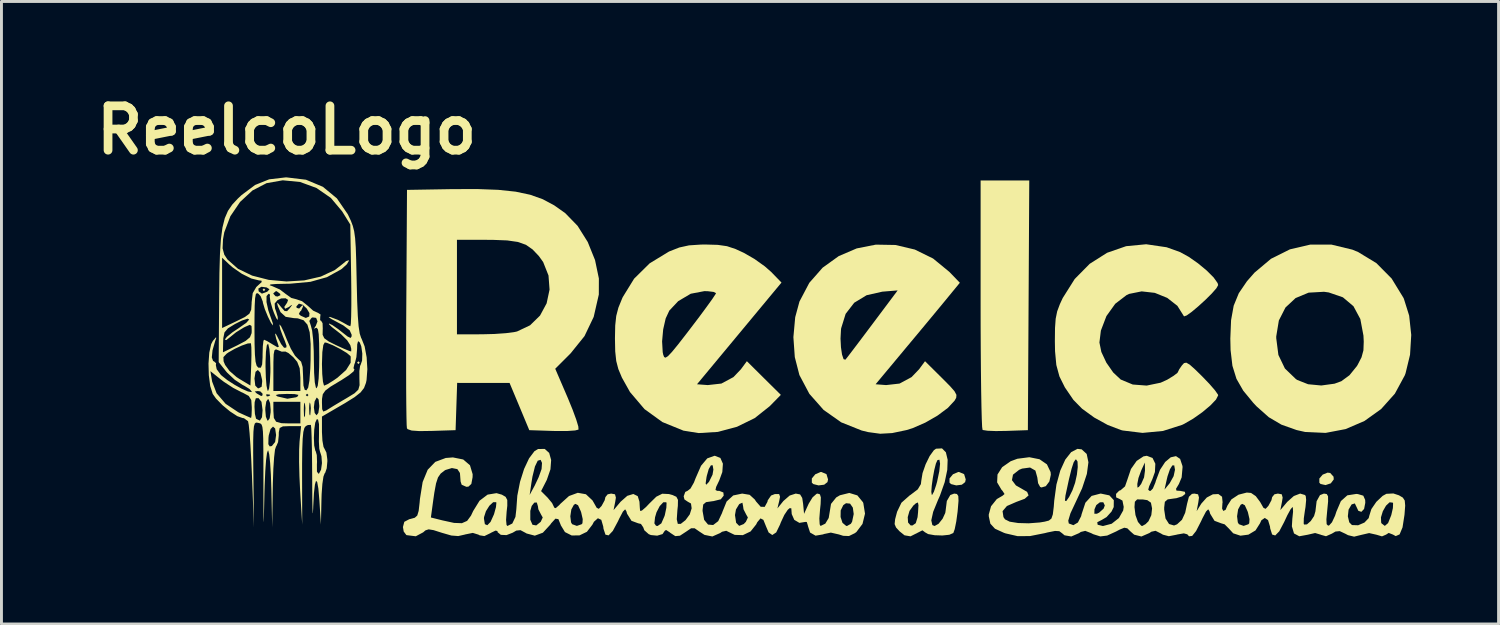
<source format=kicad_pcb>
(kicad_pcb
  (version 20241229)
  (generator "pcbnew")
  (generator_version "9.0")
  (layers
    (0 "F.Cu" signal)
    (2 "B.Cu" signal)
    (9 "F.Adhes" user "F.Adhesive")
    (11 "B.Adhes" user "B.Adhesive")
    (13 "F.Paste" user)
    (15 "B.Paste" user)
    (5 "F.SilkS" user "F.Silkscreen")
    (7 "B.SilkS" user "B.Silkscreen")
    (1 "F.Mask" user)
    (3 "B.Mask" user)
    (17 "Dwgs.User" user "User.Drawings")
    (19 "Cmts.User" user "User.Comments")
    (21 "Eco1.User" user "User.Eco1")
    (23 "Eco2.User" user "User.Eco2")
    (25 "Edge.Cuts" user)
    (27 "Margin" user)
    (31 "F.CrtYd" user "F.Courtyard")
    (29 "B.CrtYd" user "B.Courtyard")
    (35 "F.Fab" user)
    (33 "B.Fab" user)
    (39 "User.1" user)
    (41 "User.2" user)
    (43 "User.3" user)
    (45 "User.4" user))
  (footprint "ReelcoLogo"
    (layer "F.Cu")
    (at 24.878 8.987)
    (property "Reference" "ReelcoLogo" (at -18.085 -7.569 0) (layer "F.SilkS") (effects (font (size 1.524 1.524) (thickness 0.3))))
    (attr board_only exclude_from_pos_files exclude_from_bom)
    (fp_poly (pts (xy -18.818 -2.086) (xy -18.865 -2.039) (xy -18.911 -2.086) (xy -18.865 -2.132)) (stroke (width 0) (type solid)) (fill yes) (layer "F.SilkS"))
    (fp_poly (pts (xy -15.574 0.417) (xy -15.62 0.464) (xy -15.666 0.417) (xy -15.62 0.371)) (stroke (width 0) (type solid)) (fill yes) (layer "F.SilkS"))
    (fp_poly (pts (xy 17.752 4.205) (xy 17.867 4.332) (xy 17.874 4.426) (xy 17.773 4.561) (xy 17.592 4.621) (xy 17.423 4.585) (xy 17.379 4.539) (xy 17.379 4.396) (xy 17.494 4.262) (xy 17.661 4.194)) (stroke (width 0) (type solid)) (fill yes) (layer "F.SilkS"))
    (fp_poly (pts (xy 0.453 4.245) (xy 0.508 4.426) (xy 0.488 4.519) (xy 0.375 4.608) (xy 0.182 4.632) (xy 0.004 4.587) (xy -0.049 4.538) (xy -0.049 4.393) (xy 0.07 4.25) (xy 0.249 4.173) (xy 0.28 4.172)) (stroke (width 0) (type solid)) (fill yes) (layer "F.SilkS"))
    (fp_poly (pts (xy 5.18 4.245) (xy 5.236 4.426) (xy 5.216 4.519) (xy 5.103 4.608) (xy 4.91 4.632) (xy 4.732 4.587) (xy 4.679 4.538) (xy 4.679 4.393) (xy 4.797 4.25) (xy 4.977 4.173) (xy 5.007 4.172)) (stroke (width 0) (type solid)) (fill yes) (layer "F.SilkS"))
    (fp_poly (pts (xy 7.394 -1.553) (xy 7.37 2.735) (xy 6.624 2.761) (xy 6.268 2.766) (xy 5.986 2.755) (xy 5.828 2.731) (xy 5.813 2.723) (xy 5.799 2.619) (xy 5.787 2.349) (xy 5.776 1.931) (xy 5.766 1.384) (xy 5.758 0.726) (xy 5.752 -0.023) (xy 5.748 -0.846) (xy 5.747 -1.591) (xy 5.747 -5.84) (xy 7.418 -5.84)) (stroke (width 0) (type solid)) (fill yes) (layer "F.SilkS"))
    (fp_poly (pts (xy 17.795 -3.637) (xy 18.513 -3.464) (xy 18.709 -3.383) (xy 19.337 -3.002) (xy 19.861 -2.473) (xy 20.266 -1.812) (xy 20.282 -1.778) (xy 20.464 -1.198) (xy 20.535 -0.535) (xy 20.494 0.145) (xy 20.341 0.778) (xy 20.314 0.852) (xy 19.973 1.482) (xy 19.501 2.01) (xy 18.928 2.42) (xy 18.282 2.698) (xy 17.594 2.829) (xy 16.891 2.797) (xy 16.601 2.732) (xy 16.077 2.546) (xy 15.642 2.29) (xy 15.225 1.919) (xy 15.113 1.8) (xy 14.766 1.379) (xy 14.533 0.972) (xy 14.394 0.524) (xy 14.331 -0.016) (xy 14.322 -0.417) (xy 14.323 -0.424) (xy 15.899 -0.424) (xy 15.973 0.152) (xy 16.197 0.618) (xy 16.572 0.979) (xy 16.62 1.011) (xy 16.993 1.158) (xy 17.446 1.201) (xy 17.901 1.139) (xy 18.135 1.054) (xy 18.415 0.848) (xy 18.668 0.536) (xy 18.693 0.495) (xy 18.828 0.233) (xy 18.893 -0.006) (xy 18.904 -0.305) (xy 18.894 -0.512) (xy 18.787 -1.081) (xy 18.551 -1.521) (xy 18.188 -1.827) (xy 17.703 -1.994) (xy 17.54 -2.017) (xy 17.01 -1.987) (xy 16.563 -1.801) (xy 16.216 -1.477) (xy 15.989 -1.032) (xy 15.899 -0.484) (xy 15.899 -0.424) (xy 14.323 -0.424) (xy 14.348 -1.041) (xy 14.438 -1.54) (xy 14.613 -1.967) (xy 14.892 -2.377) (xy 15.151 -2.673) (xy 15.719 -3.15) (xy 16.368 -3.474) (xy 17.071 -3.638)) (stroke (width 0) (type solid)) (fill yes) (layer "F.SilkS"))
    (fp_poly (pts (xy 2.824 -3.624) (xy 3.488 -3.467) (xy 4.115 -3.159) (xy 4.673 -2.701) (xy 5.034 -2.327) (xy 4.516 -1.696) (xy 4.264 -1.391) (xy 3.931 -0.989) (xy 3.556 -0.538) (xy 3.176 -0.083) (xy 3.069 0.046) (xy 2.141 1.159) (xy 2.502 1.187) (xy 2.964 1.135) (xy 3.376 0.913) (xy 3.632 0.646) (xy 3.838 0.367) (xy 4.415 0.939) (xy 4.69 1.216) (xy 4.851 1.399) (xy 4.917 1.523) (xy 4.909 1.623) (xy 4.854 1.721) (xy 4.622 1.971) (xy 4.267 2.235) (xy 3.844 2.478) (xy 3.41 2.667) (xy 3.202 2.732) (xy 2.71 2.835) (xy 2.3 2.858) (xy 1.886 2.802) (xy 1.662 2.747) (xy 0.961 2.467) (xy 0.355 2.04) (xy -0.134 1.487) (xy -0.476 0.842) (xy -0.634 0.227) (xy -0.679 -0.411) (xy 0.936 -0.411) (xy 0.951 -0.112) (xy 0.988 0.139) (xy 1.041 0.297) (xy 1.103 0.316) (xy 1.105 0.313) (xy 1.184 0.214) (xy 1.352 -0.006) (xy 1.589 -0.319) (xy 1.874 -0.698) (xy 2.038 -0.916) (xy 2.898 -2.064) (xy 2.372 -2.021) (xy 1.832 -1.899) (xy 1.407 -1.641) (xy 1.112 -1.259) (xy 0.958 -0.764) (xy 0.952 -0.712) (xy 0.936 -0.411) (xy -0.679 -0.411) (xy -0.682 -0.46) (xy -0.62 -1.144) (xy -0.474 -1.682) (xy -0.136 -2.324) (xy 0.322 -2.845) (xy 0.873 -3.241) (xy 1.491 -3.506) (xy 2.15 -3.636)) (stroke (width 0) (type solid)) (fill yes) (layer "F.SilkS"))
    (fp_poly (pts (xy -10.818 -5.518) (xy -10.22 -5.455) (xy -9.72 -5.349) (xy -9.288 -5.195) (xy -8.897 -4.986) (xy -8.517 -4.717) (xy -8.515 -4.715) (xy -8.093 -4.281) (xy -7.745 -3.727) (xy -7.494 -3.106) (xy -7.362 -2.473) (xy -7.364 -1.922) (xy -7.54 -1.155) (xy -7.856 -0.494) (xy -8.328 0.092) (xy -8.339 0.104) (xy -8.861 0.626) (xy -8.427 1.634) (xy -8.264 2.033) (xy -8.14 2.37) (xy -8.068 2.61) (xy -8.061 2.715) (xy -8.178 2.745) (xy -8.434 2.763) (xy -8.782 2.765) (xy -8.94 2.762) (xy -9.752 2.735) (xy -10.09 1.924) (xy -10.429 1.114) (xy -12.229 1.112) (xy -12.256 1.924) (xy -12.283 2.735) (xy -13.095 2.761) (xy -13.524 2.767) (xy -13.793 2.748) (xy -13.929 2.701) (xy -13.954 2.669) (xy -13.963 2.554) (xy -13.97 2.272) (xy -13.976 1.845) (xy -13.98 1.291) (xy -13.981 0.63) (xy -13.981 -0.119) (xy -13.98 -0.556) (xy -12.236 -0.556) (xy -11.379 -0.557) (xy -10.951 -0.568) (xy -10.552 -0.596) (xy -10.248 -0.637) (xy -10.172 -0.654) (xy -9.725 -0.866) (xy -9.383 -1.2) (xy -9.156 -1.621) (xy -9.056 -2.092) (xy -9.092 -2.576) (xy -9.275 -3.037) (xy -9.423 -3.244) (xy -9.64 -3.472) (xy -9.867 -3.63) (xy -10.144 -3.728) (xy -10.511 -3.781) (xy -11.01 -3.8) (xy -11.212 -3.801) (xy -12.236 -3.801) (xy -12.236 -0.556) (xy -13.98 -0.556) (xy -13.979 -0.936) (xy -13.976 -1.483) (xy -13.951 -5.516) (xy -12.422 -5.542) (xy -11.543 -5.545)) (stroke (width 0) (type solid)) (fill yes) (layer "F.SilkS"))
    (fp_poly (pts (xy -3.278 -3.628) (xy -2.963 -3.583) (xy -2.668 -3.485) (xy -2.386 -3.355) (xy -2.021 -3.145) (xy -1.666 -2.892) (xy -1.449 -2.702) (xy -1.091 -2.334) (xy -2.541 -0.588) (xy -3.992 1.159) (xy -3.623 1.187) (xy -3.155 1.135) (xy -2.741 0.913) (xy -2.486 0.646) (xy -2.28 0.367) (xy -1.697 0.945) (xy -1.113 1.523) (xy -1.496 1.913) (xy -2.009 2.32) (xy -2.619 2.619) (xy -3.277 2.795) (xy -3.935 2.835) (xy -4.456 2.752) (xy -5.181 2.457) (xy -5.795 2.013) (xy -6.293 1.427) (xy -6.571 0.931) (xy -6.694 0.637) (xy -6.766 0.359) (xy -6.801 0.03) (xy -6.808 -0.313) (xy -5.191 -0.313) (xy -5.17 0.058) (xy -5.153 0.141) (xy -5.122 0.223) (xy -5.074 0.246) (xy -4.989 0.193) (xy -4.851 0.047) (xy -4.643 -0.207) (xy -4.347 -0.588) (xy -4.217 -0.758) (xy -3.915 -1.155) (xy -3.659 -1.502) (xy -3.466 -1.77) (xy -3.357 -1.934) (xy -3.339 -1.97) (xy -3.421 -2.012) (xy -3.628 -2.037) (xy -3.741 -2.039) (xy -4.207 -1.95) (xy -4.638 -1.695) (xy -4.943 -1.371) (xy -5.068 -1.102) (xy -5.154 -0.725) (xy -5.191 -0.313) (xy -6.808 -0.313) (xy -6.81 -0.416) (xy -6.81 -0.417) (xy -6.801 -0.859) (xy -6.766 -1.187) (xy -6.692 -1.471) (xy -6.565 -1.783) (xy -6.544 -1.831) (xy -6.152 -2.467) (xy -5.617 -2.995) (xy -4.957 -3.397) (xy -4.941 -3.404) (xy -4.6 -3.538) (xy -4.267 -3.611) (xy -3.859 -3.638) (xy -3.695 -3.64)) (stroke (width 0) (type solid)) (fill yes) (layer "F.SilkS"))
    (fp_poly (pts (xy 12.135 -3.546) (xy 12.596 -3.381) (xy 12.896 -3.216) (xy 13.214 -2.993) (xy 13.512 -2.746) (xy 13.749 -2.509) (xy 13.886 -2.316) (xy 13.905 -2.247) (xy 13.845 -2.139) (xy 13.688 -1.96) (xy 13.471 -1.744) (xy 13.23 -1.524) (xy 13.003 -1.333) (xy 12.825 -1.205) (xy 12.733 -1.172) (xy 12.729 -1.177) (xy 12.504 -1.535) (xy 12.154 -1.808) (xy 11.729 -1.98) (xy 11.278 -2.031) (xy 10.85 -1.945) (xy 10.76 -1.904) (xy 10.371 -1.606) (xy 10.067 -1.182) (xy 9.877 -0.684) (xy 9.827 -0.275) (xy 9.893 0.049) (xy 10.064 0.415) (xy 10.301 0.755) (xy 10.558 0.996) (xy 10.972 1.168) (xy 11.45 1.204) (xy 11.929 1.105) (xy 12.154 1.003) (xy 12.372 0.87) (xy 12.502 0.771) (xy 12.518 0.748) (xy 12.57 0.641) (xy 12.658 0.514) (xy 12.731 0.433) (xy 12.811 0.417) (xy 12.928 0.485) (xy 13.116 0.653) (xy 13.35 0.882) (xy 13.604 1.146) (xy 13.797 1.369) (xy 13.898 1.514) (xy 13.905 1.539) (xy 13.831 1.684) (xy 13.637 1.887) (xy 13.363 2.117) (xy 13.05 2.338) (xy 12.738 2.519) (xy 12.665 2.554) (xy 12.008 2.763) (xy 11.307 2.829) (xy 10.632 2.747) (xy 10.568 2.731) (xy 10.112 2.557) (xy 9.646 2.3) (xy 9.232 1.999) (xy 8.934 1.696) (xy 8.93 1.69) (xy 8.641 1.267) (xy 8.454 0.891) (xy 8.347 0.497) (xy 8.303 0.024) (xy 8.297 -0.324) (xy 8.302 -0.772) (xy 8.325 -1.093) (xy 8.377 -1.347) (xy 8.469 -1.592) (xy 8.567 -1.803) (xy 8.979 -2.457) (xy 9.494 -2.978) (xy 10.09 -3.356) (xy 10.744 -3.583) (xy 11.433 -3.649)) (stroke (width 0) (type solid)) (fill yes) (layer "F.SilkS"))
    (fp_poly (pts (xy 4.554 3.495) (xy 4.615 3.751) (xy 4.602 4.101) (xy 4.514 4.521) (xy 4.35 4.985) (xy 4.285 5.13) (xy 4.118 5.539) (xy 4.053 5.832) (xy 4.09 5.995) (xy 4.167 6.026) (xy 4.302 5.951) (xy 4.442 5.776) (xy 4.533 5.578) (xy 4.544 5.508) (xy 4.587 5.167) (xy 4.706 4.963) (xy 4.839 4.913) (xy 4.934 4.927) (xy 4.981 4.997) (xy 4.988 5.162) (xy 4.963 5.463) (xy 4.956 5.539) (xy 4.911 5.871) (xy 4.858 6.134) (xy 4.81 6.266) (xy 4.673 6.327) (xy 4.436 6.352) (xy 4.169 6.343) (xy 3.942 6.303) (xy 3.824 6.234) (xy 3.822 6.229) (xy 3.748 6.175) (xy 3.587 6.257) (xy 3.34 6.381) (xy 3.134 6.346) (xy 2.966 6.211) (xy 2.843 6.078) (xy 2.794 5.961) (xy 2.811 5.795) (xy 2.83 5.722) (xy 3.244 5.722) (xy 3.256 5.907) (xy 3.343 6.006) (xy 3.407 6.008) (xy 3.52 5.93) (xy 3.582 5.724) (xy 3.598 5.564) (xy 3.613 5.313) (xy 3.594 5.218) (xy 3.522 5.249) (xy 3.436 5.325) (xy 3.305 5.508) (xy 3.244 5.722) (xy 2.83 5.722) (xy 2.879 5.537) (xy 3.028 5.227) (xy 3.307 4.979) (xy 3.342 4.956) (xy 3.476 4.854) (xy 4.054 4.854) (xy 4.07 4.956) (xy 4.083 4.957) (xy 4.143 4.85) (xy 4.219 4.626) (xy 4.253 4.503) (xy 4.328 4.147) (xy 4.355 3.887) (xy 4.333 3.75) (xy 4.266 3.762) (xy 4.212 3.881) (xy 4.156 4.103) (xy 4.106 4.375) (xy 4.069 4.643) (xy 4.054 4.854) (xy 3.476 4.854) (xy 3.588 4.769) (xy 3.696 4.588) (xy 3.71 4.472) (xy 3.753 4.21) (xy 3.859 3.906) (xy 3.998 3.623) (xy 4.143 3.423) (xy 4.215 3.372) (xy 4.421 3.361)) (stroke (width 0) (type solid)) (fill yes) (layer "F.SilkS"))
    (fp_poly (pts (xy 9.218 3.394) (xy 9.39 3.552) (xy 9.449 3.838) (xy 9.396 4.237) (xy 9.233 4.73) (xy 9.019 5.192) (xy 8.832 5.591) (xy 8.757 5.843) (xy 8.775 5.939) (xy 8.933 5.998) (xy 9.088 5.906) (xy 9.199 5.69) (xy 9.215 5.622) (xy 9.221 5.604) (xy 9.653 5.604) (xy 9.739 5.606) (xy 9.819 5.566) (xy 9.97 5.43) (xy 10.012 5.32) (xy 9.959 5.21) (xy 9.842 5.213) (xy 9.72 5.308) (xy 9.657 5.454) (xy 9.653 5.604) (xy 9.221 5.604) (xy 9.345 5.227) (xy 9.559 4.993) (xy 9.864 4.913) (xy 9.875 4.913) (xy 10.168 4.974) (xy 10.321 5.138) (xy 10.318 5.376) (xy 10.241 5.533) (xy 10.072 5.72) (xy 9.91 5.816) (xy 9.753 5.897) (xy 9.766 5.983) (xy 9.937 6.025) (xy 9.953 6.026) (xy 10.247 5.949) (xy 10.496 5.753) (xy 10.643 5.493) (xy 10.66 5.377) (xy 11.031 5.377) (xy 11.065 5.652) (xy 11.15 5.886) (xy 11.261 6.016) (xy 11.298 6.026) (xy 11.411 5.963) (xy 11.512 5.863) (xy 11.609 5.654) (xy 11.635 5.423) (xy 11.596 5.225) (xy 11.472 5.139) (xy 11.325 5.116) (xy 11.122 5.113) (xy 11.044 5.194) (xy 11.031 5.377) (xy 10.66 5.377) (xy 10.661 5.37) (xy 10.618 5.154) (xy 10.522 5.099) (xy 10.401 5.043) (xy 10.398 4.924) (xy 10.504 4.816) (xy 10.555 4.797) (xy 10.706 4.666) (xy 10.735 4.583) (xy 11.128 4.583) (xy 11.133 4.708) (xy 11.181 4.685) (xy 11.26 4.583) (xy 11.36 4.357) (xy 11.392 4.125) (xy 11.387 3.847) (xy 11.26 4.125) (xy 11.168 4.377) (xy 11.128 4.583) (xy 10.735 4.583) (xy 10.79 4.425) (xy 10.91 4.069) (xy 11.106 3.791) (xy 11.34 3.635) (xy 11.454 3.615) (xy 11.651 3.69) (xy 11.747 3.888) (xy 11.733 4.172) (xy 11.646 4.416) (xy 11.536 4.659) (xy 11.503 4.778) (xy 11.541 4.818) (xy 11.584 4.82) (xy 11.629 4.774) (xy 12.063 4.774) (xy 12.242 4.555) (xy 12.375 4.315) (xy 12.422 4.096) (xy 12.396 3.944) (xy 12.332 3.945) (xy 12.248 4.079) (xy 12.165 4.322) (xy 12.143 4.415) (xy 12.063 4.774) (xy 11.629 4.774) (xy 11.662 4.74) (xy 11.747 4.539) (xy 11.77 4.462) (xy 11.908 4.097) (xy 12.085 3.828) (xy 12.277 3.667) (xy 12.456 3.627) (xy 12.598 3.722) (xy 12.678 3.963) (xy 12.682 4.004) (xy 12.651 4.358) (xy 12.556 4.584) (xy 12.457 4.749) (xy 12.473 4.811) (xy 12.604 4.82) (xy 12.762 4.852) (xy 12.775 4.925) (xy 12.669 5.009) (xy 12.471 5.071) (xy 12.392 5.081) (xy 12.17 5.113) (xy 12.074 5.196) (xy 12.051 5.391) (xy 12.051 5.464) (xy 12.097 5.767) (xy 12.218 5.958) (xy 12.39 6.009) (xy 12.493 5.968) (xy 12.662 5.812) (xy 12.772 5.572) (xy 12.838 5.261) (xy 12.9 5.023) (xy 13.004 4.924) (xy 13.087 4.913) (xy 13.214 4.938) (xy 13.246 5.048) (xy 13.223 5.214) (xy 13.166 5.516) (xy 13.327 5.257) (xy 13.514 5.048) (xy 13.723 4.938) (xy 13.912 4.929) (xy 14.038 5.021) (xy 14.057 5.215) (xy 14.051 5.242) (xy 14.04 5.427) (xy 14.08 5.509) (xy 14.16 5.471) (xy 14.223 5.324) (xy 14.359 5.113) (xy 14.605 4.951) (xy 14.887 4.878) (xy 15.034 4.891) (xy 15.196 5.001) (xy 15.349 5.205) (xy 15.357 5.221) (xy 15.461 5.403) (xy 15.534 5.437) (xy 15.623 5.342) (xy 15.632 5.33) (xy 15.734 5.142) (xy 15.759 5.034) (xy 15.837 4.938) (xy 15.956 4.913) (xy 16.089 4.938) (xy 16.119 5.051) (xy 16.096 5.197) (xy 16.04 5.481) (xy 16.278 5.197) (xy 16.503 4.997) (xy 16.72 4.913) (xy 16.884 4.961) (xy 16.912 4.996) (xy 16.926 5.129) (xy 16.904 5.373) (xy 16.883 5.502) (xy 16.846 5.764) (xy 16.842 5.941) (xy 16.853 5.976) (xy 16.954 5.971) (xy 17.085 5.855) (xy 17.198 5.685) (xy 17.244 5.525) (xy 17.286 5.175) (xy 17.401 4.966) (xy 17.536 4.913) (xy 17.633 4.929) (xy 17.678 5.005) (xy 17.68 5.182) (xy 17.651 5.482) (xy 17.622 5.797) (xy 17.63 5.963) (xy 17.678 6.013) (xy 17.715 6.007) (xy 17.813 5.899) (xy 17.919 5.673) (xy 17.965 5.532) (xy 18.119 5.171) (xy 18.341 4.973) (xy 18.649 4.925) (xy 18.707 4.931) (xy 18.889 4.985) (xy 18.953 5.13) (xy 18.957 5.23) (xy 18.916 5.441) (xy 18.822 5.54) (xy 18.718 5.504) (xy 18.662 5.384) (xy 18.598 5.251) (xy 18.496 5.282) (xy 18.482 5.293) (xy 18.383 5.465) (xy 18.358 5.694) (xy 18.407 5.9) (xy 18.5 5.994) (xy 18.712 6.001) (xy 18.928 5.908) (xy 19.074 5.756) (xy 19.081 5.729) (xy 19.495 5.729) (xy 19.502 5.907) (xy 19.516 5.937) (xy 19.628 6.023) (xy 19.74 5.926) (xy 19.849 5.654) (xy 19.905 5.411) (xy 19.912 5.249) (xy 19.901 5.224) (xy 19.792 5.212) (xy 19.669 5.328) (xy 19.56 5.518) (xy 19.495 5.729) (xy 19.081 5.729) (xy 19.096 5.669) (xy 19.166 5.446) (xy 19.337 5.196) (xy 19.553 4.992) (xy 19.682 4.921) (xy 19.92 4.909) (xy 20.113 4.972) (xy 20.246 5.051) (xy 20.312 5.152) (xy 20.327 5.328) (xy 20.304 5.633) (xy 20.302 5.65) (xy 20.236 6.074) (xy 20.136 6.314) (xy 20.002 6.373) (xy 19.905 6.32) (xy 19.761 6.264) (xy 19.671 6.322) (xy 19.531 6.382) (xy 19.338 6.325) (xy 19.089 6.269) (xy 18.821 6.331) (xy 18.574 6.392) (xy 18.364 6.341) (xy 18.276 6.294) (xy 18.079 6.202) (xy 17.932 6.217) (xy 17.809 6.289) (xy 17.608 6.378) (xy 17.434 6.329) (xy 17.428 6.325) (xy 17.234 6.267) (xy 16.98 6.326) (xy 16.691 6.379) (xy 16.509 6.282) (xy 16.436 6.037) (xy 16.452 5.776) (xy 16.477 5.535) (xy 16.469 5.393) (xy 16.455 5.377) (xy 16.391 5.454) (xy 16.28 5.657) (xy 16.169 5.894) (xy 16.003 6.209) (xy 15.864 6.351) (xy 15.758 6.319) (xy 15.692 6.111) (xy 15.684 6.042) (xy 15.618 5.824) (xy 15.506 5.749) (xy 15.389 5.83) (xy 15.341 5.935) (xy 15.187 6.178) (xy 14.944 6.323) (xy 14.67 6.359) (xy 14.421 6.277) (xy 14.275 6.117) (xy 14.127 5.969) (xy 14.006 5.933) (xy 13.779 5.848) (xy 13.683 5.692) (xy 14.554 5.692) (xy 14.579 5.9) (xy 14.616 5.964) (xy 14.779 6.023) (xy 14.943 5.966) (xy 14.972 5.932) (xy 14.981 5.791) (xy 14.928 5.562) (xy 14.913 5.518) (xy 14.82 5.314) (xy 14.733 5.266) (xy 14.676 5.298) (xy 14.589 5.458) (xy 14.554 5.692) (xy 13.683 5.692) (xy 13.63 5.605) (xy 13.605 5.516) (xy 13.563 5.453) (xy 13.488 5.529) (xy 13.366 5.76) (xy 13.318 5.863) (xy 13.146 6.199) (xy 13.012 6.367) (xy 12.904 6.379) (xy 12.844 6.312) (xy 12.726 6.279) (xy 12.496 6.319) (xy 12.473 6.326) (xy 12.21 6.377) (xy 12.008 6.324) (xy 11.936 6.282) (xy 11.755 6.191) (xy 11.612 6.222) (xy 11.543 6.268) (xy 11.269 6.387) (xy 11.02 6.324) (xy 10.897 6.216) (xy 10.785 6.106) (xy 10.681 6.085) (xy 10.518 6.152) (xy 10.397 6.216) (xy 10.092 6.355) (xy 9.857 6.384) (xy 9.615 6.308) (xy 9.54 6.27) (xy 9.341 6.193) (xy 9.189 6.23) (xy 9.128 6.271) (xy 8.863 6.386) (xy 8.629 6.346) (xy 8.54 6.271) (xy 8.449 6.204) (xy 8.302 6.196) (xy 8.046 6.247) (xy 7.952 6.271) (xy 7.443 6.372) (xy 7.019 6.375) (xy 6.605 6.28) (xy 6.545 6.259) (xy 6.241 6.12) (xy 6.082 5.947) (xy 6.028 5.694) (xy 6.027 5.632) (xy 6.105 5.349) (xy 6.303 5.102) (xy 6.5 4.987) (xy 6.569 4.928) (xy 6.496 4.815) (xy 6.465 4.783) (xy 6.314 4.528) (xy 6.327 4.258) (xy 6.487 4.006) (xy 6.78 3.802) (xy 7.01 3.717) (xy 7.42 3.664) (xy 7.77 3.734) (xy 8.024 3.909) (xy 8.15 4.173) (xy 8.158 4.267) (xy 8.108 4.497) (xy 7.986 4.659) (xy 7.837 4.703) (xy 7.791 4.684) (xy 7.721 4.556) (xy 7.694 4.358) (xy 7.628 4.123) (xy 7.445 4.018) (xy 7.171 4.055) (xy 7.07 4.097) (xy 6.859 4.263) (xy 6.823 4.452) (xy 6.96 4.633) (xy 7.115 4.721) (xy 7.344 4.854) (xy 7.394 4.975) (xy 7.262 5.091) (xy 6.976 5.198) (xy 6.65 5.34) (xy 6.501 5.516) (xy 6.531 5.72) (xy 6.585 5.798) (xy 6.746 5.878) (xy 7.035 5.924) (xy 7.398 5.934) (xy 7.779 5.905) (xy 7.948 5.877) (xy 8.091 5.84) (xy 8.178 5.771) (xy 8.227 5.627) (xy 8.259 5.365) (xy 8.275 5.157) (xy 8.643 5.157) (xy 8.688 5.17) (xy 8.786 5.03) (xy 8.902 4.797) (xy 8.992 4.542) (xy 9.054 4.261) (xy 9.083 4.002) (xy 9.075 3.812) (xy 9.025 3.74) (xy 9.001 3.749) (xy 8.942 3.841) (xy 8.87 4.062) (xy 8.779 4.431) (xy 8.664 4.964) (xy 8.66 4.983) (xy 8.643 5.157) (xy 8.275 5.157) (xy 8.276 5.149) (xy 8.351 4.601) (xy 8.482 4.125) (xy 8.654 3.747) (xy 8.856 3.49) (xy 9.073 3.377)) (stroke (width 0) (type solid)) (fill yes) (layer "F.SilkS"))
    (fp_poly (pts (xy -9.069 3.516) (xy -9.001 3.76) (xy -9.025 4.08) (xy -9.15 4.442) (xy -9.169 4.48) (xy -9.347 4.828) (xy -9.123 5.052) (xy -8.969 5.238) (xy -8.897 5.387) (xy -8.896 5.396) (xy -8.845 5.414) (xy -8.722 5.307) (xy -8.687 5.267) (xy -8.388 4.997) (xy -8.086 4.886) (xy -7.807 4.936) (xy -7.582 5.147) (xy -7.542 5.216) (xy -7.437 5.401) (xy -7.364 5.437) (xy -7.277 5.346) (xy -7.265 5.33) (xy -7.163 5.142) (xy -7.138 5.034) (xy -7.06 4.938) (xy -6.941 4.913) (xy -6.808 4.938) (xy -6.778 5.051) (xy -6.801 5.197) (xy -6.858 5.481) (xy -6.615 5.192) (xy -6.386 4.99) (xy -6.179 4.927) (xy -6.028 5.001) (xy -5.969 5.191) (xy -5.956 5.403) (xy -5.946 5.508) (xy -5.884 5.496) (xy -5.741 5.372) (xy -5.632 5.257) (xy -5.39 5.02) (xy -5.185 4.918) (xy -4.956 4.929) (xy -4.832 4.963) (xy -4.701 5.023) (xy -4.646 5.129) (xy -4.65 5.336) (xy -4.665 5.473) (xy -4.687 5.796) (xy -4.652 5.952) (xy -4.55 5.953) (xy -4.387 5.825) (xy -4.241 5.627) (xy -4.176 5.418) (xy -4.199 5.254) (xy -4.311 5.191) (xy -4.424 5.114) (xy -4.45 5.006) (xy -4.395 4.856) (xy -4.319 4.82) (xy -4.216 4.74) (xy -4.116 4.565) (xy -3.696 4.565) (xy -3.676 4.61) (xy -3.591 4.521) (xy -3.576 4.501) (xy -3.459 4.264) (xy -3.43 4.089) (xy -3.455 3.94) (xy -3.515 3.943) (xy -3.59 4.072) (xy -3.656 4.304) (xy -3.667 4.36) (xy -3.696 4.565) (xy -4.116 4.565) (xy -4.098 4.533) (xy -4.042 4.388) (xy -3.854 3.958) (xy -3.64 3.704) (xy -3.393 3.616) (xy -3.379 3.615) (xy -3.19 3.689) (xy -3.103 3.887) (xy -3.123 4.174) (xy -3.228 4.46) (xy -3.335 4.684) (xy -3.358 4.789) (xy -3.298 4.819) (xy -3.226 4.82) (xy -3.087 4.875) (xy -3.076 4.983) (xy -3.175 5.109) (xy -3.426 5.171) (xy -3.454 5.174) (xy -3.682 5.207) (xy -3.779 5.289) (xy -3.801 5.474) (xy -3.801 5.51) (xy -3.747 5.815) (xy -3.613 5.977) (xy -3.438 5.993) (xy -3.264 5.86) (xy -3.166 5.651) (xy -2.688 5.651) (xy -2.649 5.915) (xy -2.544 6.022) (xy -2.388 5.959) (xy -2.314 5.883) (xy -2.245 5.734) (xy -2.303 5.632) (xy -2.395 5.452) (xy -2.41 5.347) (xy -2.433 5.226) (xy -2.529 5.267) (xy -2.549 5.284) (xy -2.655 5.459) (xy -2.688 5.651) (xy -3.166 5.651) (xy -3.13 5.576) (xy -3.125 5.554) (xy -2.975 5.185) (xy -2.748 4.977) (xy -2.441 4.913) (xy -2.185 4.955) (xy -2.009 5.116) (xy -1.964 5.185) (xy -1.805 5.366) (xy -1.668 5.369) (xy -1.574 5.197) (xy -1.563 5.145) (xy -1.449 4.98) (xy -1.317 4.929) (xy -1.172 4.929) (xy -1.141 5.021) (xy -1.168 5.161) (xy -1.231 5.423) (xy -1.026 5.168) (xy -0.811 4.981) (xy -0.601 4.913) (xy -0.452 4.942) (xy -0.379 5.063) (xy -0.349 5.261) (xy -0.316 5.608) (xy -0.157 5.261) (xy -0.024 5.043) (xy 0.113 4.922) (xy 0.149 4.913) (xy 0.229 4.939) (xy 0.261 5.045) (xy 0.253 5.269) (xy 0.232 5.469) (xy 0.209 5.77) (xy 0.22 5.969) (xy 0.25 6.026) (xy 0.414 5.945) (xy 0.53 5.751) (xy 0.536 5.717) (xy 0.938 5.717) (xy 1.004 5.918) (xy 1.129 6.022) (xy 1.159 6.026) (xy 1.291 5.951) (xy 1.334 5.879) (xy 1.389 5.615) (xy 1.359 5.395) (xy 1.264 5.258) (xy 1.125 5.244) (xy 1.031 5.31) (xy 0.942 5.491) (xy 0.938 5.717) (xy 0.536 5.717) (xy 0.556 5.597) (xy 0.61 5.267) (xy 0.788 5.046) (xy 0.915 4.971) (xy 1.237 4.891) (xy 1.514 4.975) (xy 1.706 5.209) (xy 1.719 5.24) (xy 1.777 5.602) (xy 1.691 5.955) (xy 1.482 6.232) (xy 1.427 6.273) (xy 1.226 6.371) (xy 1.027 6.363) (xy 0.883 6.317) (xy 0.604 6.253) (xy 0.366 6.302) (xy 0.337 6.315) (xy 0.079 6.358) (xy -0.109 6.251) (xy -0.185 6.019) (xy -0.185 6.009) (xy -0.223 5.888) (xy -0.279 5.887) (xy -0.476 5.919) (xy -0.652 5.815) (xy -0.74 5.616) (xy -0.742 5.582) (xy -0.754 5.418) (xy -0.813 5.414) (xy -0.878 5.473) (xy -0.994 5.646) (xy -1.115 5.906) (xy -1.142 5.979) (xy -1.272 6.246) (xy -1.407 6.336) (xy -1.533 6.248) (xy -1.618 6.049) (xy -1.713 5.815) (xy -1.812 5.765) (xy -1.923 5.897) (xy -1.961 5.973) (xy -2.152 6.213) (xy -2.418 6.34) (xy -2.698 6.331) (xy -2.808 6.279) (xy -2.988 6.19) (xy -3.132 6.224) (xy -3.197 6.268) (xy -3.465 6.386) (xy -3.736 6.331) (xy -3.908 6.219) (xy -4.075 6.103) (xy -4.195 6.104) (xy -4.361 6.217) (xy -4.579 6.36) (xy -4.738 6.374) (xy -4.908 6.262) (xy -4.929 6.243) (xy -5.054 6.163) (xy -5.099 6.19) (xy -5.176 6.304) (xy -5.36 6.358) (xy -5.576 6.337) (xy -5.651 6.306) (xy -5.801 6.173) (xy -5.84 6.069) (xy -5.917 5.956) (xy -6.001 5.936) (xy -5.456 5.936) (xy -5.4 6.018) (xy -5.345 6.026) (xy -5.217 5.936) (xy -5.107 5.683) (xy -5.096 5.645) (xy -5.045 5.399) (xy -5.038 5.236) (xy -5.048 5.211) (xy -5.15 5.212) (xy -5.273 5.343) (xy -5.383 5.556) (xy -5.433 5.726) (xy -5.456 5.936) (xy -6.001 5.936) (xy -6.014 5.933) (xy -6.243 5.848) (xy -6.394 5.605) (xy -6.419 5.516) (xy -6.46 5.454) (xy -6.536 5.531) (xy -6.658 5.762) (xy -6.709 5.87) (xy -6.884 6.196) (xy -7.028 6.348) (xy -7.136 6.324) (xy -7.203 6.122) (xy -7.213 6.042) (xy -7.279 5.815) (xy -7.396 5.76) (xy -7.532 5.881) (xy -7.585 5.981) (xy -7.773 6.225) (xy -8.027 6.348) (xy -8.295 6.352) (xy -8.527 6.235) (xy -8.671 5.998) (xy -8.675 5.982) (xy -8.752 5.791) (xy -8.854 5.774) (xy -8.998 5.932) (xy -9.033 5.983) (xy -9.285 6.256) (xy -9.562 6.358) (xy -9.845 6.283) (xy -9.869 6.268) (xy -10.054 6.169) (xy -10.198 6.184) (xy -10.323 6.257) (xy -10.534 6.339) (xy -10.729 6.33) (xy -10.839 6.239) (xy -10.846 6.199) (xy -10.911 6.184) (xy -11.071 6.261) (xy -11.087 6.272) (xy -11.294 6.372) (xy -11.458 6.346) (xy -11.498 6.323) (xy -11.692 6.263) (xy -11.953 6.316) (xy -11.967 6.321) (xy -12.192 6.372) (xy -12.43 6.353) (xy -12.755 6.259) (xy -13.04 6.168) (xy -13.209 6.141) (xy -13.319 6.177) (xy -13.396 6.244) (xy -13.65 6.379) (xy -13.959 6.341) (xy -13.975 6.335) (xy -14.064 6.217) (xy -14.091 6.062) (xy -14.044 5.883) (xy -13.873 5.793) (xy -13.825 5.782) (xy -13.684 5.743) (xy -13.599 5.667) (xy -13.551 5.508) (xy -13.518 5.224) (xy -13.507 5.096) (xy -13.414 4.516) (xy -13.241 4.095) (xy -12.979 3.824) (xy -12.62 3.69) (xy -12.375 3.671) (xy -12.021 3.742) (xy -11.789 3.94) (xy -11.697 4.247) (xy -11.699 4.352) (xy -11.742 4.581) (xy -11.839 4.673) (xy -11.912 4.681) (xy -12.074 4.609) (xy -12.111 4.496) (xy -12.127 4.288) (xy -12.134 4.205) (xy -12.222 4.073) (xy -12.41 4.036) (xy -12.631 4.103) (xy -12.66 4.121) (xy -12.794 4.225) (xy -12.887 4.359) (xy -12.954 4.564) (xy -13.013 4.883) (xy -13.053 5.161) (xy -13.131 5.734) (xy -12.735 5.833) (xy -12.336 5.92) (xy -12.067 5.93) (xy -11.887 5.851) (xy -11.827 5.77) (xy -11.309 5.77) (xy -11.277 5.964) (xy -11.193 5.999) (xy -11.082 5.885) (xy -10.967 5.631) (xy -10.96 5.611) (xy -10.896 5.377) (xy -10.882 5.228) (xy -10.89 5.209) (xy -10.993 5.21) (xy -11.123 5.331) (xy -11.241 5.519) (xy -11.306 5.721) (xy -11.309 5.77) (xy -11.827 5.77) (xy -11.753 5.669) (xy -11.679 5.512) (xy -11.46 5.158) (xy -11.184 4.949) (xy -10.878 4.898) (xy -10.694 4.95) (xy -10.565 5.025) (xy -10.508 5.133) (xy -10.507 5.33) (xy -10.53 5.539) (xy -10.549 5.817) (xy -10.533 5.991) (xy -10.504 6.026) (xy -10.335 5.941) (xy -10.227 5.714) (xy -10.203 5.507) (xy -9.717 5.507) (xy -9.717 5.811) (xy -9.643 5.983) (xy -9.513 6.007) (xy -9.36 5.883) (xy -9.29 5.734) (xy -9.314 5.692) (xy -8.343 5.692) (xy -8.318 5.9) (xy -8.281 5.964) (xy -8.118 6.023) (xy -7.954 5.966) (xy -7.926 5.932) (xy -7.917 5.791) (xy -7.969 5.562) (xy -7.984 5.518) (xy -8.077 5.314) (xy -8.165 5.266) (xy -8.221 5.298) (xy -8.308 5.458) (xy -8.343 5.692) (xy -9.314 5.692) (xy -9.348 5.632) (xy -9.441 5.452) (xy -9.455 5.35) (xy -9.494 5.219) (xy -9.579 5.223) (xy -9.669 5.337) (xy -9.717 5.507) (xy -10.203 5.507) (xy -10.197 5.455) (xy -10.163 4.982) (xy -10.158 4.959) (xy -9.739 4.959) (xy -9.564 4.635) (xy -9.431 4.353) (xy -9.336 4.089) (xy -9.329 4.061) (xy -9.315 3.86) (xy -9.363 3.754) (xy -9.462 3.784) (xy -9.557 3.981) (xy -9.643 4.33) (xy -9.678 4.542) (xy -9.739 4.959) (xy -10.158 4.959) (xy -10.069 4.506) (xy -9.93 4.066) (xy -9.76 3.704) (xy -9.576 3.459) (xy -9.453 3.383) (xy -9.223 3.379)) (stroke (width 0) (type solid)) (fill yes) (layer "F.SilkS"))
    (fp_poly (pts (xy -17.42 -5.865) (xy -16.84 -5.622) (xy -16.359 -5.225) (xy -15.988 -4.684) (xy -15.97 -4.649) (xy -15.88 -4.459) (xy -15.814 -4.285) (xy -15.766 -4.096) (xy -15.733 -3.859) (xy -15.711 -3.542) (xy -15.696 -3.113) (xy -15.683 -2.538) (xy -15.679 -2.368) (xy -15.663 -1.699) (xy -15.641 -1.194) (xy -15.613 -0.829) (xy -15.575 -0.583) (xy -15.527 -0.434) (xy -15.511 -0.405) (xy -15.406 -0.141) (xy -15.337 0.233) (xy -15.313 0.642) (xy -15.34 1.013) (xy -15.361 1.112) (xy -15.427 1.287) (xy -15.545 1.439) (xy -15.751 1.601) (xy -16.081 1.807) (xy -16.159 1.852) (xy -16.872 2.268) (xy -16.872 2.797) (xy -16.856 3.094) (xy -16.818 3.311) (xy -16.779 3.384) (xy -16.719 3.505) (xy -16.688 3.735) (xy -16.686 3.801) (xy -16.708 4.046) (xy -16.762 4.202) (xy -16.779 4.218) (xy -16.821 4.33) (xy -16.858 4.583) (xy -16.883 4.932) (xy -16.889 5.127) (xy -16.907 5.979) (xy -16.96 5.145) (xy -16.995 4.741) (xy -17.035 4.519) (xy -17.075 4.474) (xy -17.113 4.602) (xy -17.147 4.899) (xy -17.172 5.361) (xy -17.174 5.423) (xy -17.183 5.587) (xy -17.19 5.578) (xy -17.197 5.41) (xy -17.203 5.096) (xy -17.206 4.65) (xy -17.207 4.426) (xy -17.211 3.863) (xy -17.217 3.366) (xy -17.226 2.999) (xy -17.149 2.999) (xy -17.138 3.263) (xy -17.1 3.439) (xy -17.084 3.465) (xy -17.049 3.591) (xy -17.041 3.826) (xy -17.045 3.908) (xy -17.044 4.158) (xy -16.992 4.231) (xy -16.972 4.223) (xy -16.903 4.095) (xy -16.872 3.871) (xy -16.872 3.857) (xy -16.889 3.63) (xy -16.931 3.494) (xy -16.934 3.491) (xy -16.964 3.372) (xy -16.977 3.125) (xy -16.973 2.863) (xy -16.973 2.528) (xy -17.006 2.369) (xy -17.05 2.36) (xy -17.103 2.479) (xy -17.137 2.715) (xy -17.149 2.999) (xy -17.226 2.999) (xy -17.227 2.963) (xy -17.238 2.685) (xy -17.251 2.558) (xy -17.253 2.554) (xy -17.355 2.559) (xy -17.426 2.595) (xy -17.475 2.658) (xy -17.511 2.796) (xy -17.534 3.03) (xy -17.548 3.386) (xy -17.554 3.888) (xy -17.554 4.328) (xy -17.55 5.979) (xy -17.621 4.82) (xy -17.645 4.316) (xy -17.657 3.822) (xy -17.655 3.399) (xy -17.641 3.129) (xy -17.589 2.596) (xy -17.972 2.596) (xy -18.214 2.605) (xy -18.324 2.661) (xy -18.354 2.809) (xy -18.355 2.915) (xy -18.379 3.146) (xy -18.439 3.285) (xy -18.447 3.291) (xy -18.484 3.402) (xy -18.515 3.669) (xy -18.541 4.063) (xy -18.558 4.554) (xy -18.561 4.71) (xy -18.581 6.072) (xy -18.609 4.751) (xy -18.626 4.261) (xy -18.651 3.86) (xy -18.681 3.575) (xy -18.715 3.438) (xy -18.726 3.43) (xy -18.759 3.518) (xy -18.791 3.764) (xy -18.818 4.141) (xy -18.839 4.621) (xy -18.847 4.89) (xy -18.858 5.376) (xy -18.866 5.706) (xy -18.872 5.874) (xy -18.876 5.877) (xy -18.879 5.709) (xy -18.881 5.367) (xy -18.882 4.847) (xy -18.882 4.542) (xy -18.883 3.882) (xy -18.885 3.384) (xy -18.887 3.217) (xy -18.713 3.217) (xy -18.666 3.293) (xy -18.592 3.28) (xy -18.48 3.142) (xy -18.447 2.902) (xy -18.479 2.678) (xy -18.552 2.613) (xy -18.636 2.696) (xy -18.699 2.915) (xy -18.708 2.996) (xy -18.713 3.217) (xy -18.887 3.217) (xy -18.889 3.025) (xy -18.899 2.781) (xy -18.917 2.628) (xy -18.944 2.545) (xy -18.983 2.507) (xy -19.036 2.49) (xy -19.079 2.481) (xy -19.137 2.475) (xy -19.179 2.51) (xy -19.208 2.607) (xy -19.225 2.791) (xy -19.233 3.085) (xy -19.234 3.511) (xy -19.229 4.095) (xy -19.227 4.254) (xy -19.207 6.072) (xy -19.275 4.303) (xy -19.3 3.745) (xy -19.328 3.247) (xy -19.357 2.841) (xy -19.385 2.558) (xy -19.41 2.428) (xy -19.411 2.426) (xy -19.55 2.325) (xy -19.598 2.318) (xy -19.779 2.254) (xy -20.027 2.093) (xy -20.288 1.877) (xy -20.51 1.65) (xy -20.623 1.49) (xy -20.709 1.218) (xy -20.757 0.851) (xy -20.761 0.709) (xy -20.702 0.709) (xy -20.644 1.064) (xy -20.49 1.467) (xy -20.18 1.83) (xy -19.746 2.119) (xy -19.699 2.142) (xy -19.47 2.246) (xy -19.326 2.308) (xy -19.305 2.315) (xy -19.29 2.235) (xy -19.282 2.03) (xy -19.282 1.948) (xy -19.283 1.934) (xy -19.189 1.934) (xy -19.174 2.178) (xy -19.137 2.334) (xy -19.127 2.348) (xy -19.004 2.408) (xy -18.931 2.292) (xy -18.911 2.049) (xy -18.912 2.039) (xy -18.818 2.039) (xy -18.798 2.272) (xy -18.746 2.401) (xy -18.726 2.41) (xy -18.667 2.328) (xy -18.635 2.123) (xy -18.634 2.07) (xy -18.54 2.07) (xy -18.524 2.316) (xy -18.446 2.445) (xy -18.261 2.496) (xy -18.015 2.503) (xy -17.613 2.503) (xy -17.613 2.039) (xy -17.495 2.039) (xy -17.488 2.24) (xy -17.469 2.295) (xy -17.455 2.248) (xy -17.441 1.993) (xy -17.312 1.993) (xy -17.304 2.184) (xy -17.283 2.233) (xy -17.271 2.203) (xy -17.254 1.98) (xy -17.257 1.952) (xy -17.15 1.952) (xy -17.122 2.145) (xy -17.057 2.225) (xy -16.996 2.143) (xy -16.965 1.942) (xy -16.964 1.895) (xy -16.976 1.781) (xy -16.872 1.781) (xy -16.865 2.014) (xy -16.827 2.096) (xy -16.728 2.06) (xy -16.663 2.019) (xy -16.463 1.895) (xy -16.181 1.727) (xy -16.008 1.625) (xy -15.753 1.469) (xy -15.623 1.344) (xy -15.58 1.191) (xy -15.586 0.964) (xy -15.587 0.703) (xy -15.562 0.527) (xy -15.546 0.497) (xy -15.494 0.347) (xy -15.486 0.105) (xy -15.521 -0.141) (xy -15.574 -0.278) (xy -15.632 -0.322) (xy -15.661 -0.208) (xy -15.666 -0.046) (xy -15.689 0.227) (xy -15.741 0.433) (xy -15.756 0.461) (xy -15.79 0.608) (xy -15.756 0.651) (xy -15.787 0.719) (xy -15.948 0.85) (xy -16.207 1.019) (xy -16.27 1.056) (xy -16.577 1.241) (xy -16.756 1.376) (xy -16.843 1.502) (xy -16.87 1.66) (xy -16.872 1.781) (xy -16.976 1.781) (xy -16.986 1.684) (xy -17.044 1.617) (xy -17.057 1.622) (xy -17.124 1.748) (xy -17.15 1.952) (xy -17.257 1.952) (xy -17.269 1.832) (xy -17.294 1.781) (xy -17.309 1.892) (xy -17.312 1.993) (xy -17.441 1.993) (xy -17.44 1.978) (xy -17.455 1.831) (xy -17.478 1.787) (xy -17.492 1.903) (xy -17.495 2.039) (xy -17.613 2.039) (xy -17.613 1.761) (xy -18.54 1.761) (xy -18.54 2.07) (xy -18.634 2.07) (xy -18.633 2.039) (xy -18.653 1.807) (xy -18.705 1.678) (xy -18.726 1.669) (xy -18.784 1.751) (xy -18.816 1.956) (xy -18.818 2.039) (xy -18.912 2.039) (xy -18.948 1.762) (xy -19.05 1.635) (xy -19.143 1.64) (xy -19.183 1.773) (xy -19.189 1.934) (xy -19.283 1.934) (xy -19.299 1.702) (xy -19.384 1.561) (xy -19.588 1.451) (xy -19.629 1.434) (xy -19.922 1.282) (xy -20.239 1.075) (xy -20.339 0.999) (xy -20.702 0.709) (xy -20.761 0.709) (xy -20.768 0.449) (xy -20.741 0.072) (xy -20.676 -0.22) (xy -20.618 -0.33) (xy -20.513 -0.453) (xy -20.502 -0.431) (xy -20.539 -0.324) (xy -20.63 -0.007) (xy -20.654 0.235) (xy -20.61 0.362) (xy -20.58 0.371) (xy -20.507 0.437) (xy -20.516 0.499) (xy -20.487 0.641) (xy -20.352 0.826) (xy -20.318 0.86) (xy -20.12 1.017) (xy -19.874 1.176) (xy -19.624 1.314) (xy -19.415 1.406) (xy -19.295 1.428) (xy -19.282 1.41) (xy -19.284 1.407) (xy -19.181 1.407) (xy -19.114 1.472) (xy -19.096 1.483) (xy -18.957 1.564) (xy -18.914 1.54) (xy -18.913 1.514) (xy -18.787 1.514) (xy -18.775 1.569) (xy -18.726 1.576) (xy -18.649 1.542) (xy -18.656 1.529) (xy -18.459 1.529) (xy -18.403 1.575) (xy -18.401 1.576) (xy -18.059 1.656) (xy -17.76 1.606) (xy -17.706 1.576) (xy -17.683 1.53) (xy -17.428 1.53) (xy -17.381 1.576) (xy -17.335 1.53) (xy -17.381 1.483) (xy -17.428 1.53) (xy -17.683 1.53) (xy -17.68 1.523) (xy -17.816 1.496) (xy -18.077 1.491) (xy -18.354 1.502) (xy -18.459 1.529) (xy -18.656 1.529) (xy -18.664 1.514) (xy -18.774 1.503) (xy -18.787 1.514) (xy -18.913 1.514) (xy -18.911 1.483) (xy -18.987 1.405) (xy -19.073 1.392) (xy -19.181 1.407) (xy -19.284 1.407) (xy -19.357 1.323) (xy -19.544 1.208) (xy -19.598 1.181) (xy -19.865 1.006) (xy -20.123 0.765) (xy -20.166 0.715) (xy -20.418 0.398) (xy -20.417 0.227) (xy -20.256 0.227) (xy -20.25 0.37) (xy -20.198 0.495) (xy -20.047 0.701) (xy -19.805 0.911) (xy -19.705 0.977) (xy -19.328 1.202) (xy -19.319 0.966) (xy -19.189 0.966) (xy -19.162 1.205) (xy -19.073 1.295) (xy -19.044 1.298) (xy -18.943 1.244) (xy -18.924 1.06) (xy -18.928 1.004) (xy -18.986 0.761) (xy -19.073 0.668) (xy -19.153 0.732) (xy -19.189 0.957) (xy -19.189 0.966) (xy -19.319 0.966) (xy -19.301 0.497) (xy -19.293 0.155) (xy -19.296 -0.107) (xy -19.31 -0.242) (xy -19.314 -0.249) (xy -19.42 -0.242) (xy -19.625 -0.17) (xy -19.867 -0.058) (xy -20.086 0.067) (xy -20.146 0.11) (xy -20.256 0.227) (xy -20.417 0.227) (xy -20.416 0.062) (xy -20.272 0.062) (xy -19.779 -0.178) (xy -19.494 -0.329) (xy -19.344 -0.455) (xy -19.288 -0.596) (xy -19.284 -0.674) (xy -19.287 -0.763) (xy -19.189 -0.763) (xy -19.186 -0.232) (xy -19.174 0.141) (xy -19.152 0.383) (xy -19.115 0.521) (xy -19.062 0.584) (xy -19.05 0.59) (xy -18.969 0.588) (xy -18.955 0.552) (xy -18.81 0.552) (xy -18.799 0.921) (xy -18.776 1.206) (xy -18.742 1.369) (xy -18.724 1.391) (xy -18.54 1.391) (xy -17.613 1.391) (xy -17.613 0.931) (xy -17.636 0.61) (xy -17.722 0.389) (xy -17.855 0.23) (xy -18.023 0.086) (xy -18.133 0.033) (xy -18.145 0.037) (xy -18.255 0.039) (xy -18.367 -0.007) (xy -18.453 -0.04) (xy -18.504 -0.005) (xy -18.53 0.131) (xy -18.539 0.4) (xy -18.54 0.646) (xy -18.54 1.391) (xy -18.724 1.391) (xy -18.687 1.305) (xy -18.659 1.077) (xy -18.643 0.748) (xy -18.642 0.605) (xy -18.652 0.241) (xy -18.677 -0.047) (xy -18.713 -0.212) (xy -18.728 -0.233) (xy -18.767 -0.173) (xy -18.795 0.043) (xy -18.809 0.386) (xy -18.81 0.552) (xy -18.955 0.552) (xy -18.926 0.479) (xy -18.911 0.23) (xy -18.911 0.136) (xy -18.903 -0.142) (xy -18.882 -0.326) (xy -18.861 -0.371) (xy -18.757 -0.325) (xy -18.573 -0.214) (xy -18.565 -0.209) (xy -18.401 -0.113) (xy -18.354 -0.127) (xy -18.37 -0.186) (xy -18.446 -0.413) (xy -18.478 -0.556) (xy -18.463 -0.586) (xy -18.4 -0.471) (xy -18.386 -0.44) (xy -18.275 -0.223) (xy -18.179 -0.102) (xy -18.157 -0.093) (xy -18.096 -0.103) (xy -18.089 -0.164) (xy -18.143 -0.319) (xy -18.221 -0.509) (xy -18.303 -0.734) (xy -18.331 -0.876) (xy -18.326 -0.894) (xy -18.277 -0.835) (xy -18.186 -0.644) (xy -18.076 -0.37) (xy -17.941 -0.063) (xy -17.798 0.177) (xy -17.693 0.285) (xy -17.588 0.383) (xy -17.535 0.566) (xy -17.52 0.882) (xy -17.52 0.892) (xy -17.507 1.203) (xy -17.463 1.351) (xy -17.405 1.368) (xy -17.345 1.274) (xy -17.301 1.028) (xy -17.272 0.618) (xy -17.262 0.329) (xy -17.26 -0.228) (xy -17.293 -0.626) (xy -17.371 -0.888) (xy -17.483 -1.016) (xy -17.306 -1.016) (xy -17.252 -0.852) (xy -17.209 -0.682) (xy -17.175 -0.376) (xy -17.154 0.019) (xy -17.15 0.318) (xy -17.141 0.766) (xy -17.118 1.092) (xy -17.081 1.271) (xy -17.057 1.298) (xy -17.016 1.209) (xy -16.985 0.957) (xy -16.968 0.565) (xy -16.967 0.464) (xy -16.872 0.464) (xy -16.862 0.808) (xy -16.838 1.067) (xy -16.804 1.198) (xy -16.793 1.205) (xy -16.678 1.155) (xy -16.472 1.026) (xy -16.337 0.932) (xy -16.043 0.67) (xy -15.887 0.421) (xy -15.884 0.212) (xy -15.898 0.185) (xy -16.018 0.084) (xy -16.238 -0.049) (xy -16.489 -0.177) (xy -16.7 -0.263) (xy -16.775 -0.278) (xy -16.825 -0.19) (xy -16.859 0.056) (xy -16.871 0.434) (xy -16.872 0.464) (xy -16.967 0.464) (xy -16.964 0.226) (xy -16.969 -0.247) (xy -16.983 -0.558) (xy -17.011 -0.729) (xy -17.055 -0.783) (xy -17.08 -0.776) (xy -17.149 -0.748) (xy -17.09 -0.838) (xy -17.085 -0.843) (xy -17.024 -1.002) (xy -17.072 -1.121) (xy -17.195 -1.137) (xy -17.231 -1.119) (xy -17.306 -1.016) (xy -17.483 -1.016) (xy -17.504 -1.04) (xy -17.702 -1.105) (xy -17.836 -1.112) (xy -18.118 -1.157) (xy -18.295 -1.318) (xy -18.388 -1.53) (xy -18.416 -1.639) (xy -18.368 -1.607) (xy -18.281 -1.499) (xy -18.154 -1.356) (xy -18.069 -1.352) (xy -17.978 -1.453) (xy -17.932 -1.515) (xy -17.751 -1.515) (xy -17.74 -1.464) (xy -17.654 -1.44) (xy -17.603 -1.496) (xy -17.535 -1.562) (xy -17.522 -1.512) (xy -17.589 -1.365) (xy -17.623 -1.338) (xy -17.665 -1.254) (xy -17.6 -1.195) (xy -17.427 -1.118) (xy -17.31 -1.168) (xy -17.309 -1.169) (xy -17.302 -1.285) (xy -17.394 -1.441) (xy -17.531 -1.571) (xy -17.66 -1.609) (xy -17.666 -1.607) (xy -17.751 -1.515) (xy -17.932 -1.515) (xy -17.893 -1.568) (xy -17.934 -1.551) (xy -18.007 -1.495) (xy -18.137 -1.435) (xy -18.166 -1.496) (xy -18.074 -1.634) (xy -18.07 -1.638) (xy -18.034 -1.739) (xy -18.121 -1.794) (xy -18.273 -1.788) (xy -18.398 -1.729) (xy -18.496 -1.614) (xy -18.484 -1.447) (xy -18.45 -1.352) (xy -18.391 -1.154) (xy -18.388 -1.049) (xy -18.388 -1.048) (xy -18.437 -1.104) (xy -18.518 -1.288) (xy -18.568 -1.425) (xy -18.641 -1.679) (xy -18.665 -1.854) (xy -18.656 -1.893) (xy -18.672 -1.943) (xy -18.708 -1.947) (xy -18.54 -1.947) (xy -18.465 -1.865) (xy -18.396 -1.854) (xy -18.3 -1.899) (xy -18.308 -1.947) (xy -18.427 -2.036) (xy -18.453 -2.039) (xy -18.538 -1.969) (xy -18.54 -1.947) (xy -18.708 -1.947) (xy -18.775 -1.868) (xy -18.776 -1.664) (xy -18.714 -1.38) (xy -18.644 -1.176) (xy -18.559 -0.935) (xy -18.554 -0.859) (xy -18.621 -0.949) (xy -18.726 -1.159) (xy -18.834 -1.422) (xy -18.898 -1.634) (xy -18.904 -1.68) (xy -18.977 -1.865) (xy -19.05 -1.947) (xy -19.105 -1.974) (xy -19.144 -1.931) (xy -19.168 -1.794) (xy -19.182 -1.539) (xy -19.188 -1.14) (xy -19.189 -0.763) (xy -19.287 -0.763) (xy -19.291 -0.843) (xy -19.35 -0.882) (xy -19.513 -0.812) (xy -19.565 -0.785) (xy -19.822 -0.626) (xy -20.028 -0.459) (xy -20.156 -0.359) (xy -20.209 -0.375) (xy -20.136 -0.471) (xy -19.947 -0.624) (xy -19.735 -0.765) (xy -19.47 -0.951) (xy -19.37 -1.065) (xy -19.425 -1.094) (xy -19.625 -1.028) (xy -19.86 -0.909) (xy -20.101 -0.761) (xy -20.219 -0.622) (xy -20.259 -0.426) (xy -20.264 -0.315) (xy -20.272 0.062) (xy -20.416 0.062) (xy -20.402 -1.856) (xy -20.393 -2.665) (xy -20.378 -3.187) (xy -20.301 -3.187) (xy -20.301 -0.772) (xy -19.797 -1.012) (xy -19.517 -1.151) (xy -19.365 -1.264) (xy -19.302 -1.4) (xy -19.287 -1.611) (xy -19.287 -1.654) (xy -19.249 -1.971) (xy -19.158 -2.127) (xy -19.056 -2.127) (xy -19.046 -2.033) (xy -18.934 -1.953) (xy -18.757 -2.018) (xy -18.741 -2.028) (xy -18.674 -2.104) (xy -18.772 -2.166) (xy -18.951 -2.189) (xy -19.056 -2.127) (xy -19.158 -2.127) (xy -19.127 -2.18) (xy -19.073 -2.23) (xy -18.941 -2.352) (xy -18.95 -2.4) (xy -19.031 -2.407) (xy -19.295 -2.472) (xy -19.62 -2.633) (xy -19.942 -2.857) (xy -20.047 -2.948) (xy -20.301 -3.187) (xy -20.378 -3.187) (xy -20.374 -3.314) (xy -20.362 -3.509) (xy -20.284 -3.509) (xy -20.226 -3.292) (xy -20.117 -3.126) (xy -19.754 -2.806) (xy -19.268 -2.572) (xy -18.699 -2.426) (xy -18.09 -2.371) (xy -17.481 -2.408) (xy -16.913 -2.538) (xy -16.428 -2.765) (xy -16.199 -2.943) (xy -16.039 -3.073) (xy -15.951 -3.1) (xy -15.945 -3.083) (xy -16.014 -2.965) (xy -16.183 -2.81) (xy -16.217 -2.785) (xy -16.7 -2.519) (xy -17.269 -2.359) (xy -17.959 -2.295) (xy -18.077 -2.293) (xy -18.443 -2.285) (xy -18.636 -2.27) (xy -18.669 -2.243) (xy -18.579 -2.211) (xy -18.316 -2.095) (xy -18.124 -1.948) (xy -17.925 -1.806) (xy -17.755 -1.761) (xy -17.556 -1.694) (xy -17.355 -1.533) (xy -17.352 -1.53) (xy -17.174 -1.369) (xy -17.02 -1.298) (xy -17.014 -1.298) (xy -16.92 -1.237) (xy -16.931 -1.159) (xy -16.935 -1.039) (xy -16.9 -1.02) (xy -16.851 -0.939) (xy -16.844 -0.744) (xy -16.846 -0.718) (xy -16.849 -0.542) (xy -16.792 -0.421) (xy -16.636 -0.309) (xy -16.387 -0.184) (xy -16.12 -0.062) (xy -15.93 0.016) (xy -15.867 0.032) (xy -15.866 -0.058) (xy -15.898 -0.184) (xy -16.008 -0.353) (xy -16.215 -0.558) (xy -16.337 -0.654) (xy -16.534 -0.807) (xy -16.633 -0.906) (xy -16.628 -0.927) (xy -16.512 -0.872) (xy -16.313 -0.734) (xy -16.197 -0.642) (xy -15.991 -0.48) (xy -15.889 -0.431) (xy -15.854 -0.484) (xy -15.852 -0.542) (xy -15.92 -0.695) (xy -16.137 -0.861) (xy -16.339 -0.97) (xy -16.555 -1.086) (xy -16.644 -1.151) (xy -16.593 -1.153) (xy -16.324 -1.052) (xy -16.156 -0.964) (xy -15.983 -0.866) (xy -15.896 -0.834) (xy -15.88 -0.922) (xy -15.869 -1.167) (xy -15.863 -1.54) (xy -15.863 -2.012) (xy -15.869 -2.556) (xy -15.87 -2.58) (xy -15.898 -4.326) (xy -16.179 -4.779) (xy -16.566 -5.24) (xy -17.061 -5.582) (xy -17.625 -5.788) (xy -18.218 -5.845) (xy -18.774 -5.747) (xy -19.258 -5.496) (xy -19.683 -5.103) (xy -20.017 -4.611) (xy -20.226 -4.061) (xy -20.27 -3.818) (xy -20.284 -3.509) (xy -20.362 -3.509) (xy -20.341 -3.826) (xy -20.288 -4.227) (xy -20.209 -4.542) (xy -20.1 -4.795) (xy -19.953 -5.01) (xy -19.765 -5.213) (xy -19.631 -5.339) (xy -19.166 -5.686) (xy -18.684 -5.879) (xy -18.122 -5.945) (xy -18.083 -5.945)) (stroke (width 0) (type solid)) (fill yes) (layer "F.SilkS")))
  (gr_rect
    (start -3 -3)
    (end 48.412 18.379)
    (stroke (width 0.1) (type default))
    (fill no)
    (layer "Edge.Cuts")))
</source>
